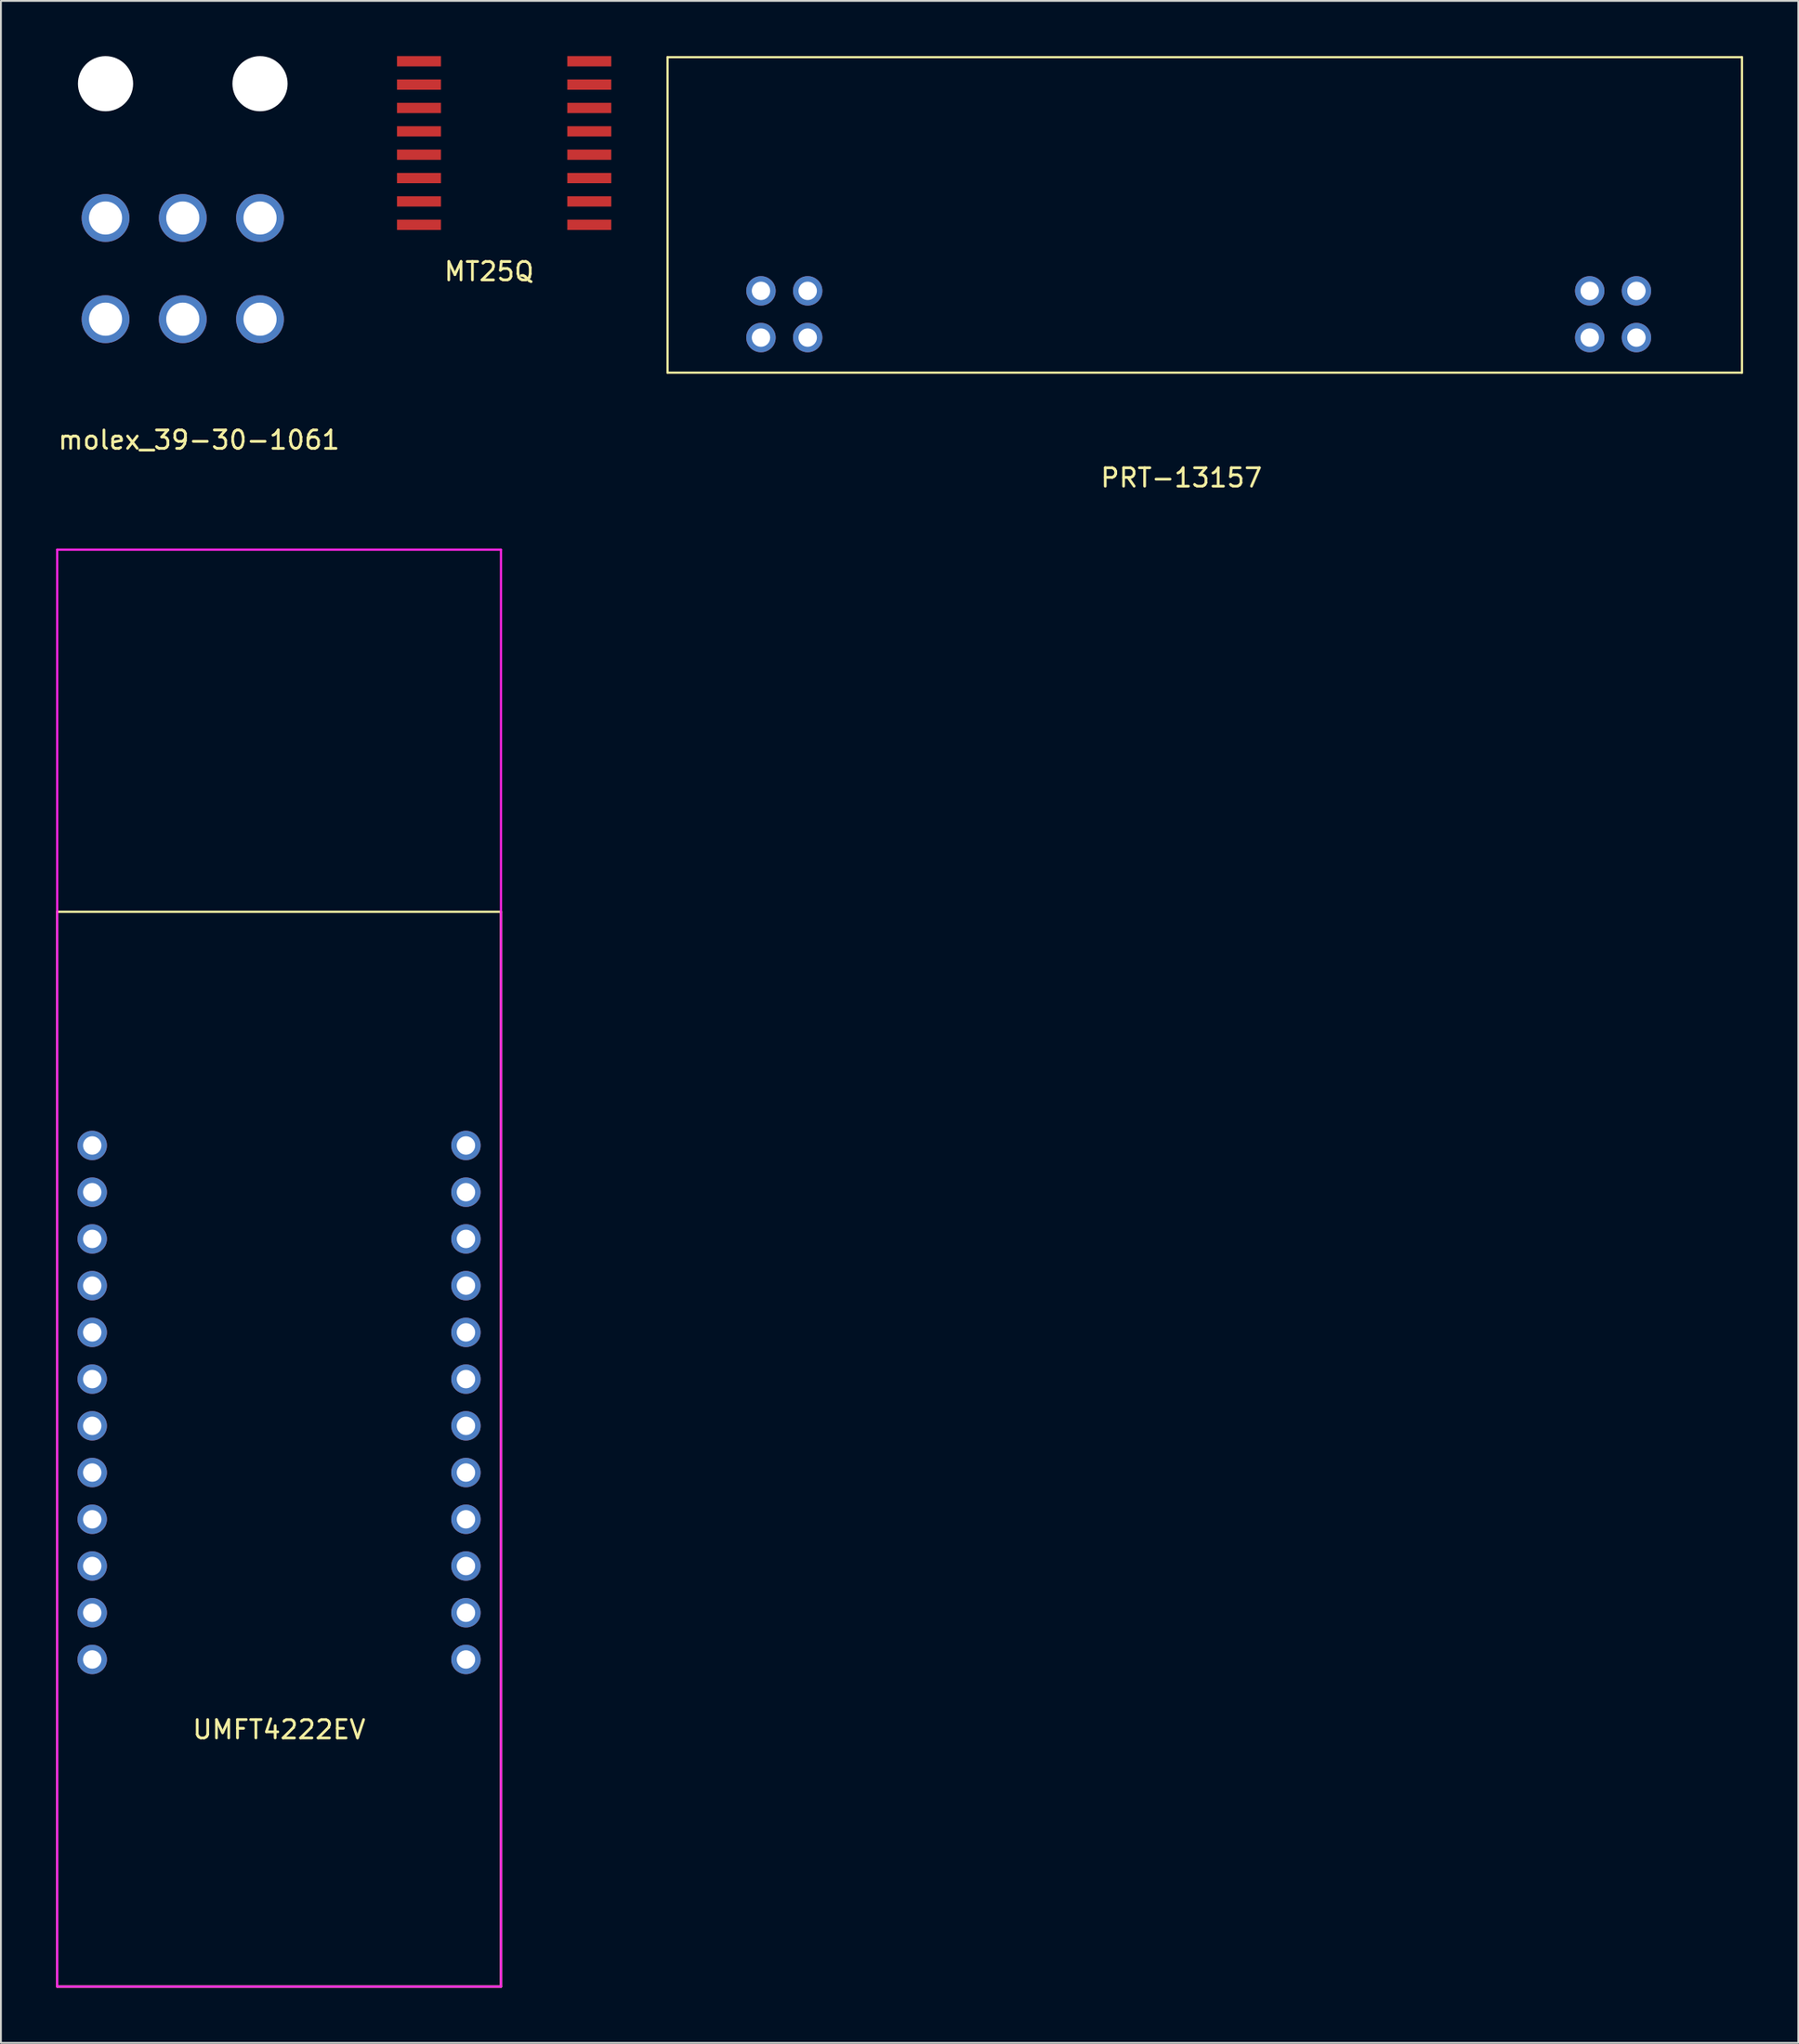
<source format=kicad_pcb>
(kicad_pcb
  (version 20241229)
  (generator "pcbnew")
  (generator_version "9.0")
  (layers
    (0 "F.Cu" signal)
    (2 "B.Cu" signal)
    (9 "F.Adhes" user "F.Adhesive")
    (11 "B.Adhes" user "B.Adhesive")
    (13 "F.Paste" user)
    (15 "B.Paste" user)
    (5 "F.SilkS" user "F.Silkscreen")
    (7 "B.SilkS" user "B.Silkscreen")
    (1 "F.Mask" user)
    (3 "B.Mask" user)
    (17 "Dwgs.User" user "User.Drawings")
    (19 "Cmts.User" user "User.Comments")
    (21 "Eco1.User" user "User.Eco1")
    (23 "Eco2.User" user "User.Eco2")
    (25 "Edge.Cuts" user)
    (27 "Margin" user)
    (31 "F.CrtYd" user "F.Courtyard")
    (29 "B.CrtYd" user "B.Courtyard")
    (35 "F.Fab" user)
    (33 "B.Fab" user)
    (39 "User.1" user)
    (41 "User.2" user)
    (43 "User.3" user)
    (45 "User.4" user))
  (footprint "PRT-13157"
    (layer "F.Cu")
    (at 38.326 12.76)
    (property "Reference" "PRT-13157" (at 22.86 10.16 0) (layer "F.SilkS") (effects (font (size 1 1) (thickness 0.15))))
    (attr through_hole)
    (fp_line (start -5.08 -12.7) (end -5.08 4.445) (stroke (width 0.12) (type solid)) (layer "F.SilkS"))
    (fp_line (start -5.08 4.445) (end 53.34 4.445) (stroke (width 0.12) (type solid)) (layer "F.SilkS"))
    (fp_line (start 53.34 -12.7) (end -5.08 -12.7) (stroke (width 0.12) (type solid)) (layer "F.SilkS"))
    (fp_line (start 53.34 4.445) (end 53.34 -12.7) (stroke (width 0.12) (type solid)) (layer "F.SilkS"))
    (pad "1" thru_hole circle (at 0 0) (size 1.6 1.6) (drill 1) (layers "*.Cu" "*.Mask"))
    (pad "2" thru_hole circle (at 0 2.54) (size 1.6 1.6) (drill 1) (layers "*.Cu" "*.Mask"))
    (pad "3" thru_hole circle (at 2.54 0) (size 1.6 1.6) (drill 1) (layers "*.Cu" "*.Mask"))
    (pad "4" thru_hole circle (at 2.54 2.54) (size 1.6 1.6) (drill 1) (layers "*.Cu" "*.Mask"))
    (pad "5" thru_hole circle (at 45.06 0) (size 1.6 1.6) (drill 1) (layers "*.Cu" "*.Mask"))
    (pad "6" thru_hole circle (at 45.06 2.54) (size 1.6 1.6) (drill 1) (layers "*.Cu" "*.Mask"))
    (pad "7" thru_hole circle (at 47.6 0) (size 1.6 1.6) (drill 1) (layers "*.Cu" "*.Mask"))
    (pad "8" thru_hole circle (at 47.6 2.54) (size 1.6 1.6) (drill 1) (layers "*.Cu" "*.Mask")))
  (footprint "molex_39-30-1061"
    (layer "F.Cu")
    (at 2.688 8.8)
    (property "Reference" "molex_39-30-1061" (at 5.08 12.065 0) (layer "F.SilkS") (effects (font (size 1 1) (thickness 0.15))))
    (attr through_hole)
    (pad "" np_thru_hole circle (at 0 -7.3) (size 3 3) (drill 3) (layers "*.Cu" "*.Mask"))
    (pad "" np_thru_hole circle (at 8.4 -7.3) (size 3 3) (drill 3) (layers "*.Cu" "*.Mask"))
    (pad "1" thru_hole circle (at 0 0) (size 2.6 2.6) (drill 1.8) (layers "*.Cu" "*.Mask"))
    (pad "2" thru_hole circle (at 4.2 0) (size 2.6 2.6) (drill 1.8) (layers "*.Cu" "*.Mask"))
    (pad "3" thru_hole circle (at 8.4 0) (size 2.6 2.6) (drill 1.8) (layers "*.Cu" "*.Mask"))
    (pad "4" thru_hole circle (at 0 5.5) (size 2.6 2.6) (drill 1.8) (layers "*.Cu" "*.Mask"))
    (pad "5" thru_hole circle (at 4.2 5.5) (size 2.6 2.6) (drill 1.8) (layers "*.Cu" "*.Mask"))
    (pad "6" thru_hole circle (at 8.4 5.5) (size 2.6 2.6) (drill 1.8) (layers "*.Cu" "*.Mask")))
  (footprint "MT25Q"
    (layer "F.Cu")
    (at 23.541 4.089)
    (property "Reference" "MT25Q" (at 0 7.62 0) (layer "F.SilkS") (effects (font (size 1 1) (thickness 0.15))))
    (attr through_hole)
    (pad "1" smd rect (at -3.81 -3.81 90) (size 0.558 2.39) (layers "F.Cu" "F.Mask" "F.Paste"))
    (pad "2" smd rect (at -3.81 -2.54 90) (size 0.558 2.39) (layers "F.Cu" "F.Mask" "F.Paste"))
    (pad "3" smd rect (at -3.81 -1.27 90) (size 0.558 2.39) (layers "F.Cu" "F.Mask" "F.Paste"))
    (pad "4" smd rect (at -3.81 0 90) (size 0.558 2.39) (layers "F.Cu" "F.Mask" "F.Paste"))
    (pad "5" smd rect (at -3.81 1.27 90) (size 0.558 2.39) (layers "F.Cu" "F.Mask" "F.Paste"))
    (pad "6" smd rect (at -3.81 2.54 90) (size 0.558 2.39) (layers "F.Cu" "F.Mask" "F.Paste"))
    (pad "7" smd rect (at -3.81 3.81 90) (size 0.558 2.39) (layers "F.Cu" "F.Mask" "F.Paste"))
    (pad "8" smd rect (at -3.81 5.08 90) (size 0.558 2.39) (layers "F.Cu" "F.Mask" "F.Paste"))
    (pad "9" smd rect (at 5.45 5.08 90) (size 0.558 2.39) (layers "F.Cu" "F.Mask" "F.Paste"))
    (pad "10" smd rect (at 5.45 3.81 90) (size 0.558 2.39) (layers "F.Cu" "F.Mask" "F.Paste"))
    (pad "11" smd rect (at 5.45 2.54 90) (size 0.558 2.39) (layers "F.Cu" "F.Mask" "F.Paste"))
    (pad "12" smd rect (at 5.45 1.27 90) (size 0.558 2.39) (layers "F.Cu" "F.Mask" "F.Paste"))
    (pad "13" smd rect (at 5.45 0 90) (size 0.558 2.39) (layers "F.Cu" "F.Mask" "F.Paste"))
    (pad "14" smd rect (at 5.45 -1.27 90) (size 0.558 2.39) (layers "F.Cu" "F.Mask" "F.Paste"))
    (pad "15" smd rect (at 5.45 -2.54 90) (size 0.558 2.39) (layers "F.Cu" "F.Mask" "F.Paste"))
    (pad "16" smd rect (at 5.45 -3.81 90) (size 0.558 2.39) (layers "F.Cu" "F.Mask" "F.Paste")))
  (footprint "UMFT4222EV"
    (layer "F.Cu")
    (at 12.125 73.183)
    (property "Reference" "UMFT4222EV" (at 0 17.78 0) (layer "F.SilkS") (effects (font (size 1 1) (thickness 0.15))))
    (attr through_hole)
    (fp_line (start -12.065 -26.67) (end -12.065 31.75) (stroke (width 0.12) (type solid)) (layer "F.SilkS"))
    (fp_line (start -12.065 31.75) (end 12.065 31.75) (stroke (width 0.12) (type solid)) (layer "F.SilkS"))
    (fp_line (start 12.065 -26.67) (end -12.065 -26.67) (stroke (width 0.12) (type solid)) (layer "F.SilkS"))
    (fp_line (start 12.065 31.75) (end 12.065 -26.67) (stroke (width 0.12) (type solid)) (layer "F.SilkS"))
    (fp_line (start -12.065 -46.355) (end -12.065 31.75) (stroke (width 0.12) (type solid)) (layer "F.CrtYd"))
    (fp_line (start -12.065 31.75) (end 12.065 31.75) (stroke (width 0.12) (type solid)) (layer "F.CrtYd"))
    (fp_line (start 12.065 -46.355) (end -12.065 -46.355) (stroke (width 0.12) (type solid)) (layer "F.CrtYd"))
    (fp_line (start 12.065 31.75) (end 12.065 -46.355) (stroke (width 0.12) (type solid)) (layer "F.CrtYd"))
    (pad "1" thru_hole circle (at -10.16 -13.97) (size 1.6 1.6) (drill 1) (layers "*.Cu" "*.Mask"))
    (pad "2" thru_hole circle (at -10.16 -11.43) (size 1.6 1.6) (drill 1) (layers "*.Cu" "*.Mask"))
    (pad "3" thru_hole circle (at -10.16 -8.89) (size 1.6 1.6) (drill 1) (layers "*.Cu" "*.Mask"))
    (pad "4" thru_hole circle (at -10.16 -6.35) (size 1.6 1.6) (drill 1) (layers "*.Cu" "*.Mask"))
    (pad "5" thru_hole circle (at -10.16 -3.81) (size 1.6 1.6) (drill 1) (layers "*.Cu" "*.Mask"))
    (pad "6" thru_hole circle (at -10.16 -1.27) (size 1.6 1.6) (drill 1) (layers "*.Cu" "*.Mask"))
    (pad "7" thru_hole circle (at -10.16 1.27) (size 1.6 1.6) (drill 1) (layers "*.Cu" "*.Mask"))
    (pad "8" thru_hole circle (at -10.16 3.81) (size 1.6 1.6) (drill 1) (layers "*.Cu" "*.Mask"))
    (pad "9" thru_hole circle (at -10.16 6.35) (size 1.6 1.6) (drill 1) (layers "*.Cu" "*.Mask"))
    (pad "10" thru_hole circle (at -10.16 8.89) (size 1.6 1.6) (drill 1) (layers "*.Cu" "*.Mask"))
    (pad "11" thru_hole circle (at -10.16 11.43) (size 1.6 1.6) (drill 1) (layers "*.Cu" "*.Mask"))
    (pad "12" thru_hole circle (at -10.16 13.97) (size 1.6 1.6) (drill 1) (layers "*.Cu" "*.Mask"))
    (pad "13" thru_hole circle (at 10.16 -13.97) (size 1.6 1.6) (drill 1) (layers "*.Cu" "*.Mask"))
    (pad "14" thru_hole circle (at 10.16 -11.43) (size 1.6 1.6) (drill 1) (layers "*.Cu" "*.Mask"))
    (pad "15" thru_hole circle (at 10.16 -8.89) (size 1.6 1.6) (drill 1) (layers "*.Cu" "*.Mask"))
    (pad "16" thru_hole circle (at 10.16 -6.35) (size 1.6 1.6) (drill 1) (layers "*.Cu" "*.Mask"))
    (pad "17" thru_hole circle (at 10.16 -3.81) (size 1.6 1.6) (drill 1) (layers "*.Cu" "*.Mask"))
    (pad "18" thru_hole circle (at 10.16 -1.27) (size 1.6 1.6) (drill 1) (layers "*.Cu" "*.Mask"))
    (pad "19" thru_hole circle (at 10.16 1.27) (size 1.6 1.6) (drill 1) (layers "*.Cu" "*.Mask"))
    (pad "20" thru_hole circle (at 10.16 3.81) (size 1.6 1.6) (drill 1) (layers "*.Cu" "*.Mask"))
    (pad "21" thru_hole circle (at 10.16 6.35) (size 1.6 1.6) (drill 1) (layers "*.Cu" "*.Mask"))
    (pad "22" thru_hole circle (at 10.16 8.89) (size 1.6 1.6) (drill 1) (layers "*.Cu" "*.Mask"))
    (pad "23" thru_hole circle (at 10.16 11.43) (size 1.6 1.6) (drill 1) (layers "*.Cu" "*.Mask"))
    (pad "24" thru_hole circle (at 10.16 13.97) (size 1.6 1.6) (drill 1) (layers "*.Cu" "*.Mask")))
  (gr_rect
    (start -3 -3)
    (end 94.726 107.993)
    (stroke (width 0.1) (type default))
    (fill no)
    (layer "Edge.Cuts")))
</source>
